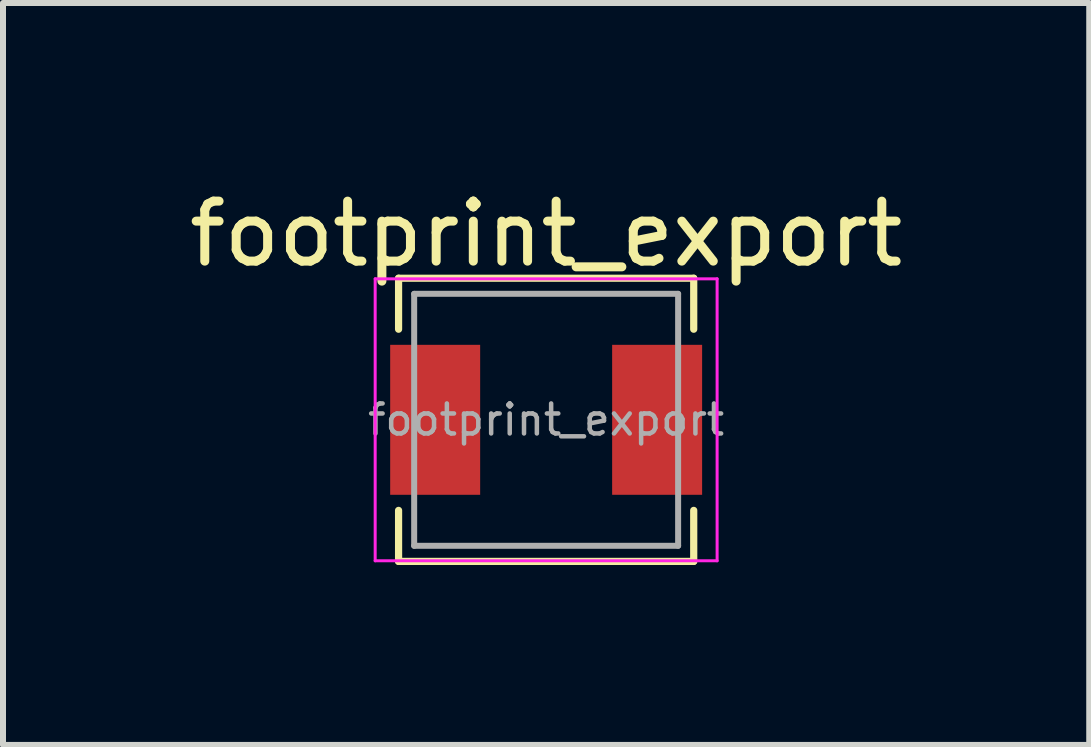
<source format=kicad_pcb>
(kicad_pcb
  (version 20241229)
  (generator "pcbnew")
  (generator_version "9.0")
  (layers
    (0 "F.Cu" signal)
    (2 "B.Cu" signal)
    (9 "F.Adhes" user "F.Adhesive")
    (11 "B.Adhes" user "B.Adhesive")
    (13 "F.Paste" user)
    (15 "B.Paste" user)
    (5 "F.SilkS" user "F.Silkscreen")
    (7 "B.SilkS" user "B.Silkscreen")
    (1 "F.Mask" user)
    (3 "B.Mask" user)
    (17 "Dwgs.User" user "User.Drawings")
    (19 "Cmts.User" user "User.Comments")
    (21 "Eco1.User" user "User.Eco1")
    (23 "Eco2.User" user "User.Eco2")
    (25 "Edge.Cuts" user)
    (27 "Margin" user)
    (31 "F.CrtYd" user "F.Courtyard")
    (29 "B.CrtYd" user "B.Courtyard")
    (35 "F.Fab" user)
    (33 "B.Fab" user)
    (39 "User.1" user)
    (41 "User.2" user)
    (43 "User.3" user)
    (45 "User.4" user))
  (footprint "footprint_export"
    (layer "F.Cu")
    (at 6.054 3.948)
    (property "Reference" "footprint_export" (at 0 -3.1 0) (layer "F.SilkS") (effects (font (size 1 1) (thickness 0.15))))
    (attr smd)
    (fp_line (start -2.46 -2.36) (end -2.46 -1.51) (stroke (width 0.12) (type solid)) (layer "F.SilkS"))
    (fp_line (start -2.46 -2.36) (end 2.46 -2.36) (stroke (width 0.12) (type solid)) (layer "F.SilkS"))
    (fp_line (start -2.46 2.36) (end -2.46 1.51) (stroke (width 0.12) (type solid)) (layer "F.SilkS"))
    (fp_line (start -2.46 2.36) (end 2.46 2.36) (stroke (width 0.12) (type solid)) (layer "F.SilkS"))
    (fp_line (start 2.46 -2.36) (end 2.46 -1.51) (stroke (width 0.12) (type solid)) (layer "F.SilkS"))
    (fp_line (start 2.46 2.36) (end 2.46 1.51) (stroke (width 0.12) (type solid)) (layer "F.SilkS"))
    (fp_line (start -2.85 -2.35) (end -2.85 2.35) (stroke (width 0.05) (type solid)) (layer "F.CrtYd"))
    (fp_line (start -2.85 2.35) (end 2.85 2.35) (stroke (width 0.05) (type solid)) (layer "F.CrtYd"))
    (fp_line (start 2.85 -2.35) (end -2.85 -2.35) (stroke (width 0.05) (type solid)) (layer "F.CrtYd"))
    (fp_line (start 2.85 2.35) (end 2.85 -2.35) (stroke (width 0.05) (type solid)) (layer "F.CrtYd"))
    (fp_line (start -2.2 -2.1) (end -2.2 2.1) (stroke (width 0.1) (type solid)) (layer "F.Fab"))
    (fp_line (start -2.2 2.1) (end 2.2 2.1) (stroke (width 0.1) (type solid)) (layer "F.Fab"))
    (fp_line (start 2.2 -2.1) (end -2.2 -2.1) (stroke (width 0.1) (type solid)) (layer "F.Fab"))
    (fp_line (start 2.2 2.1) (end 2.2 -2.1) (stroke (width 0.1) (type solid)) (layer "F.Fab"))
    (fp_text user "${REFERENCE}" (at 0 0 0) (layer "F.Fab") (effects (font (size 0.5 0.5) (thickness 0.075))))
    (pad "1" smd rect (at -1.85 0) (size 1.5 2.5) (layers "F.Cu" "F.Mask" "F.Paste"))
    (pad "2" smd rect (at 1.85 0) (size 1.5 2.5) (layers "F.Cu" "F.Mask" "F.Paste")))
  (gr_rect
    (start -3 -3)
    (end 15.107 9.368)
    (stroke (width 0.1) (type default))
    (fill no)
    (layer "Edge.Cuts")))
</source>
